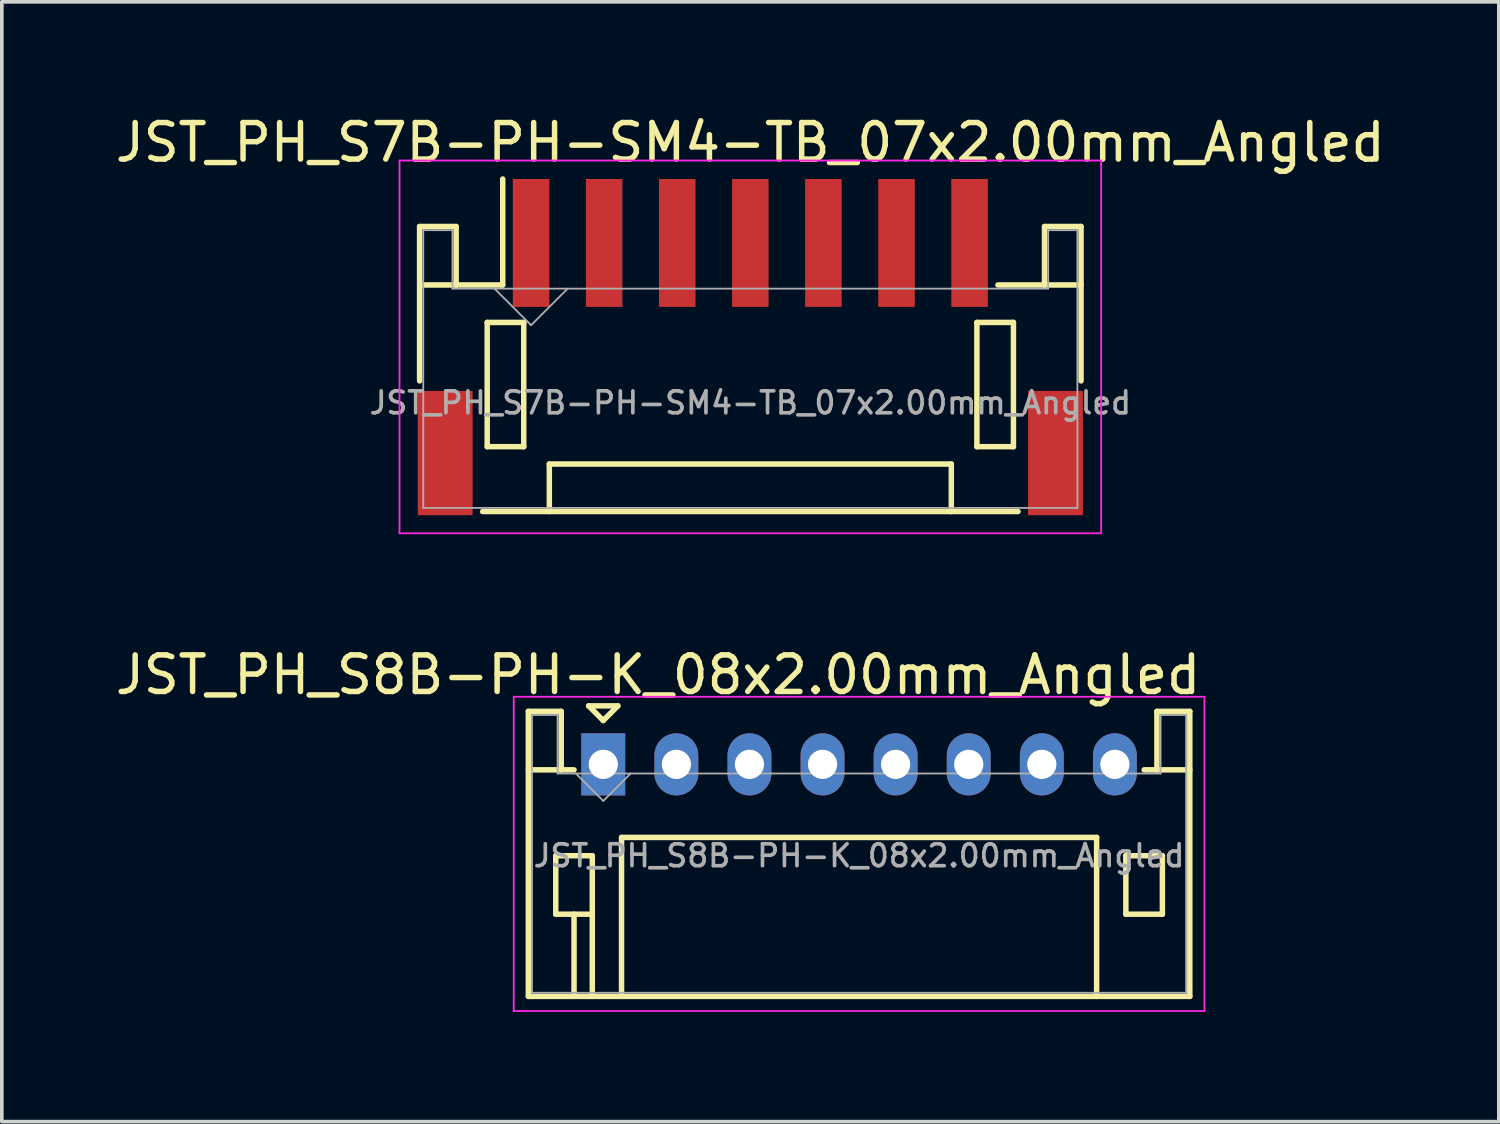
<source format=kicad_pcb>
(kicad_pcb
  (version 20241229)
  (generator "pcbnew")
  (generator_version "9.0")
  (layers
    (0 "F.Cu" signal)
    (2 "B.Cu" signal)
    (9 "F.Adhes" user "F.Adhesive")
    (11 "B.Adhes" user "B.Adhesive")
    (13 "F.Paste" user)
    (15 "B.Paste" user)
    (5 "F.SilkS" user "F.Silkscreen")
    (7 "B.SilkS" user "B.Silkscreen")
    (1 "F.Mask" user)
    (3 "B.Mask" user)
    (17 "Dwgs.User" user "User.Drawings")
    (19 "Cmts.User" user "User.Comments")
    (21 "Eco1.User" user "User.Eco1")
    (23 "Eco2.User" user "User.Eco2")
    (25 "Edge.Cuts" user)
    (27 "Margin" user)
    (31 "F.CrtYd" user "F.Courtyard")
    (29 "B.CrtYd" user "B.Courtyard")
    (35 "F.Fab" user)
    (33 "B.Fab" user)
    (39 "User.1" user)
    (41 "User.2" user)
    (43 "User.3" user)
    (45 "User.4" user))
  (footprint "JST_PH_S7B-PH-SM4-TB_07x2.00mm_Angled"
    (layer "F.Cu")
    (at 17.482 6.473)
    (property "Reference" "JST_PH_S7B-PH-SM4-TB_07x2.00mm_Angled" (at 0 1.5 0) (layer "F.Fab") (effects (font (size 0.6 0.6) (thickness 0.1))))
    (attr smd)
    (fp_line (start -9.05 -3.325) (end -9.05 0.9) (stroke (width 0.15) (type solid)) (layer "F.SilkS"))
    (fp_line (start -9.05 -1.725) (end -8.05 -1.725) (stroke (width 0.15) (type solid)) (layer "F.SilkS"))
    (fp_line (start -8.05 -3.325) (end -9.05 -3.325) (stroke (width 0.15) (type solid)) (layer "F.SilkS"))
    (fp_line (start -8.05 -1.725) (end -8.05 -3.325) (stroke (width 0.15) (type solid)) (layer "F.SilkS"))
    (fp_line (start -7.325 4.475) (end 7.325 4.475) (stroke (width 0.15) (type solid)) (layer "F.SilkS"))
    (fp_line (start -7.2 -0.7) (end -7.2 2.7) (stroke (width 0.15) (type solid)) (layer "F.SilkS"))
    (fp_line (start -7.2 2.7) (end -6.2 2.7) (stroke (width 0.15) (type solid)) (layer "F.SilkS"))
    (fp_line (start -6.775 -1.725) (end -8.05 -1.725) (stroke (width 0.15) (type solid)) (layer "F.SilkS"))
    (fp_line (start -6.775 -1.725) (end -6.775 -4.625) (stroke (width 0.15) (type solid)) (layer "F.SilkS"))
    (fp_line (start -6.2 -0.7) (end -7.2 -0.7) (stroke (width 0.15) (type solid)) (layer "F.SilkS"))
    (fp_line (start -6.2 2.7) (end -6.2 -0.7) (stroke (width 0.15) (type solid)) (layer "F.SilkS"))
    (fp_line (start -5.5 3.175) (end 5.5 3.175) (stroke (width 0.15) (type solid)) (layer "F.SilkS"))
    (fp_line (start -5.5 4.475) (end -5.5 3.175) (stroke (width 0.15) (type solid)) (layer "F.SilkS"))
    (fp_line (start 5.5 3.175) (end 5.5 4.475) (stroke (width 0.15) (type solid)) (layer "F.SilkS"))
    (fp_line (start 6.2 -0.7) (end 7.2 -0.7) (stroke (width 0.15) (type solid)) (layer "F.SilkS"))
    (fp_line (start 6.2 2.7) (end 6.2 -0.7) (stroke (width 0.15) (type solid)) (layer "F.SilkS"))
    (fp_line (start 7.2 -0.7) (end 7.2 2.7) (stroke (width 0.15) (type solid)) (layer "F.SilkS"))
    (fp_line (start 7.2 2.7) (end 6.2 2.7) (stroke (width 0.15) (type solid)) (layer "F.SilkS"))
    (fp_line (start 8.05 -3.325) (end 8.05 -1.725) (stroke (width 0.15) (type solid)) (layer "F.SilkS"))
    (fp_line (start 8.05 -1.725) (end 6.775 -1.725) (stroke (width 0.15) (type solid)) (layer "F.SilkS"))
    (fp_line (start 9.05 -3.325) (end 8.05 -3.325) (stroke (width 0.15) (type solid)) (layer "F.SilkS"))
    (fp_line (start 9.05 -1.725) (end 8.05 -1.725) (stroke (width 0.15) (type solid)) (layer "F.SilkS"))
    (fp_line (start 9.05 0.9) (end 9.05 -3.325) (stroke (width 0.15) (type solid)) (layer "F.SilkS"))
    (fp_line (start -9.6 -5.13) (end -9.6 5.07) (stroke (width 0.05) (type solid)) (layer "F.CrtYd"))
    (fp_line (start -9.6 5.07) (end 9.6 5.07) (stroke (width 0.05) (type solid)) (layer "F.CrtYd"))
    (fp_line (start 9.6 -5.13) (end -9.6 -5.13) (stroke (width 0.05) (type solid)) (layer "F.CrtYd"))
    (fp_line (start 9.6 5.07) (end 9.6 -5.13) (stroke (width 0.05) (type solid)) (layer "F.CrtYd"))
    (fp_line (start -8.95 -3.225) (end -8.95 4.375) (stroke (width 0.05) (type solid)) (layer "F.Fab"))
    (fp_line (start -8.95 4.375) (end 8.95 4.375) (stroke (width 0.05) (type solid)) (layer "F.Fab"))
    (fp_line (start -8.15 -3.225) (end -8.95 -3.225) (stroke (width 0.05) (type solid)) (layer "F.Fab"))
    (fp_line (start -8.15 -1.625) (end -8.15 -3.225) (stroke (width 0.05) (type solid)) (layer "F.Fab"))
    (fp_line (start -7 -1.625) (end -6 -0.625) (stroke (width 0.05) (type solid)) (layer "F.Fab"))
    (fp_line (start -6 -0.625) (end -5 -1.625) (stroke (width 0.05) (type solid)) (layer "F.Fab"))
    (fp_line (start 8.15 -3.225) (end 8.15 -1.625) (stroke (width 0.05) (type solid)) (layer "F.Fab"))
    (fp_line (start 8.15 -1.625) (end -8.15 -1.625) (stroke (width 0.05) (type solid)) (layer "F.Fab"))
    (fp_line (start 8.95 -3.225) (end 8.15 -3.225) (stroke (width 0.05) (type solid)) (layer "F.Fab"))
    (fp_line (start 8.95 4.375) (end 8.95 -3.225) (stroke (width 0.05) (type solid)) (layer "F.Fab"))
    (fp_text user "${REFERENCE}" (at 0 -5.625 0) (layer "F.SilkS") (effects (font (size 1 1) (thickness 0.15))))
    (pad "" smd rect (at -8.35 2.875) (size 1.5 3.4) (layers "F.Cu" "F.Mask" "F.Paste"))
    (pad "" smd rect (at 8.35 2.875) (size 1.5 3.4) (layers "F.Cu" "F.Mask" "F.Paste"))
    (pad "1" smd rect (at -6 -2.875) (size 1 3.5) (layers "F.Cu" "F.Mask" "F.Paste"))
    (pad "2" smd rect (at -4 -2.875) (size 1 3.5) (layers "F.Cu" "F.Mask" "F.Paste"))
    (pad "3" smd rect (at -2 -2.875) (size 1 3.5) (layers "F.Cu" "F.Mask" "F.Paste"))
    (pad "4" smd rect (at 0 -2.875) (size 1 3.5) (layers "F.Cu" "F.Mask" "F.Paste"))
    (pad "5" smd rect (at 2 -2.875) (size 1 3.5) (layers "F.Cu" "F.Mask" "F.Paste"))
    (pad "6" smd rect (at 4 -2.875) (size 1 3.5) (layers "F.Cu" "F.Mask" "F.Paste"))
    (pad "7" smd rect (at 6 -2.875) (size 1 3.5) (layers "F.Cu" "F.Mask" "F.Paste")))
  (footprint "JST_PH_S8B-PH-K_08x2.00mm_Angled"
    (layer "F.Cu")
    (at 13.458 17.866)
    (property "Reference" "JST_PH_S8B-PH-K_08x2.00mm_Angled" (at 7 2.5 0) (layer "F.Fab") (effects (font (size 0.6 0.6) (thickness 0.1))))
    (attr through_hole)
    (fp_line (start -2.05 -1.45) (end -2.05 6.35) (stroke (width 0.15) (type solid)) (layer "F.SilkS"))
    (fp_line (start -2.05 0.15) (end -1.15 0.15) (stroke (width 0.15) (type solid)) (layer "F.SilkS"))
    (fp_line (start -2.05 6.35) (end 16.05 6.35) (stroke (width 0.15) (type solid)) (layer "F.SilkS"))
    (fp_line (start -1.3 2.5) (end -1.3 4.1) (stroke (width 0.15) (type solid)) (layer "F.SilkS"))
    (fp_line (start -1.3 4.1) (end -0.3 4.1) (stroke (width 0.15) (type solid)) (layer "F.SilkS"))
    (fp_line (start -1.15 -1.45) (end -2.05 -1.45) (stroke (width 0.15) (type solid)) (layer "F.SilkS"))
    (fp_line (start -1.15 0.15) (end -1.15 -1.45) (stroke (width 0.15) (type solid)) (layer "F.SilkS"))
    (fp_line (start -0.8 0.15) (end -1.15 0.15) (stroke (width 0.15) (type solid)) (layer "F.SilkS"))
    (fp_line (start -0.8 4.1) (end -0.8 6.35) (stroke (width 0.15) (type solid)) (layer "F.SilkS"))
    (fp_line (start -0.4 -1.6) (end 0.4 -1.6) (stroke (width 0.15) (type solid)) (layer "F.SilkS"))
    (fp_line (start -0.3 2.5) (end -1.3 2.5) (stroke (width 0.15) (type solid)) (layer "F.SilkS"))
    (fp_line (start -0.3 4.1) (end -0.3 2.5) (stroke (width 0.15) (type solid)) (layer "F.SilkS"))
    (fp_line (start -0.3 4.1) (end -0.3 6.35) (stroke (width 0.15) (type solid)) (layer "F.SilkS"))
    (fp_line (start 0 -1.2) (end -0.4 -1.6) (stroke (width 0.15) (type solid)) (layer "F.SilkS"))
    (fp_line (start 0.4 -1.6) (end 0 -1.2) (stroke (width 0.15) (type solid)) (layer "F.SilkS"))
    (fp_line (start 0.5 2) (end 13.5 2) (stroke (width 0.15) (type solid)) (layer "F.SilkS"))
    (fp_line (start 0.5 6.35) (end 0.5 2) (stroke (width 0.15) (type solid)) (layer "F.SilkS"))
    (fp_line (start 13.5 2) (end 13.5 6.35) (stroke (width 0.15) (type solid)) (layer "F.SilkS"))
    (fp_line (start 14.3 2.5) (end 15.3 2.5) (stroke (width 0.15) (type solid)) (layer "F.SilkS"))
    (fp_line (start 14.3 4.1) (end 14.3 2.5) (stroke (width 0.15) (type solid)) (layer "F.SilkS"))
    (fp_line (start 15.15 -1.45) (end 15.15 0.15) (stroke (width 0.15) (type solid)) (layer "F.SilkS"))
    (fp_line (start 15.15 0.15) (end 14.8 0.15) (stroke (width 0.15) (type solid)) (layer "F.SilkS"))
    (fp_line (start 15.3 2.5) (end 15.3 4.1) (stroke (width 0.15) (type solid)) (layer "F.SilkS"))
    (fp_line (start 15.3 4.1) (end 14.3 4.1) (stroke (width 0.15) (type solid)) (layer "F.SilkS"))
    (fp_line (start 16.05 -1.45) (end 15.15 -1.45) (stroke (width 0.15) (type solid)) (layer "F.SilkS"))
    (fp_line (start 16.05 0.15) (end 15.15 0.15) (stroke (width 0.15) (type solid)) (layer "F.SilkS"))
    (fp_line (start 16.05 6.35) (end 16.05 -1.45) (stroke (width 0.15) (type solid)) (layer "F.SilkS"))
    (fp_line (start -2.45 -1.85) (end -2.45 6.75) (stroke (width 0.05) (type solid)) (layer "F.CrtYd"))
    (fp_line (start -2.45 6.75) (end 16.45 6.75) (stroke (width 0.05) (type solid)) (layer "F.CrtYd"))
    (fp_line (start 16.45 -1.85) (end -2.45 -1.85) (stroke (width 0.05) (type solid)) (layer "F.CrtYd"))
    (fp_line (start 16.45 6.75) (end 16.45 -1.85) (stroke (width 0.05) (type solid)) (layer "F.CrtYd"))
    (fp_line (start -1.95 -1.35) (end -1.95 6.25) (stroke (width 0.05) (type solid)) (layer "F.Fab"))
    (fp_line (start -1.95 6.25) (end 15.95 6.25) (stroke (width 0.05) (type solid)) (layer "F.Fab"))
    (fp_line (start -1.25 -1.35) (end -1.95 -1.35) (stroke (width 0.05) (type solid)) (layer "F.Fab"))
    (fp_line (start -1.25 0.25) (end -1.25 -1.35) (stroke (width 0.05) (type solid)) (layer "F.Fab"))
    (fp_line (start -0.75 0.25) (end 0 1) (stroke (width 0.05) (type solid)) (layer "F.Fab"))
    (fp_line (start 0 1) (end 0.75 0.25) (stroke (width 0.05) (type solid)) (layer "F.Fab"))
    (fp_line (start 15.25 -1.35) (end 15.25 0.25) (stroke (width 0.05) (type solid)) (layer "F.Fab"))
    (fp_line (start 15.25 0.25) (end -1.25 0.25) (stroke (width 0.05) (type solid)) (layer "F.Fab"))
    (fp_line (start 15.95 -1.35) (end 15.25 -1.35) (stroke (width 0.05) (type solid)) (layer "F.Fab"))
    (fp_line (start 15.95 6.25) (end 15.95 -1.35) (stroke (width 0.05) (type solid)) (layer "F.Fab"))
    (fp_text user "${REFERENCE}" (at 1.5 -2.45 0) (layer "F.SilkS") (effects (font (size 1 1) (thickness 0.15))))
    (pad "1" thru_hole rect (at 0 0) (size 1.2 1.7) (drill 0.8) (layers "*.Cu" "*.Mask"))
    (pad "2" thru_hole oval (at 2 0) (size 1.2 1.7) (drill 0.8) (layers "*.Cu" "*.Mask"))
    (pad "3" thru_hole oval (at 4 0) (size 1.2 1.7) (drill 0.8) (layers "*.Cu" "*.Mask"))
    (pad "4" thru_hole oval (at 6 0) (size 1.2 1.7) (drill 0.8) (layers "*.Cu" "*.Mask"))
    (pad "5" thru_hole oval (at 8 0) (size 1.2 1.7) (drill 0.8) (layers "*.Cu" "*.Mask"))
    (pad "6" thru_hole oval (at 10 0) (size 1.2 1.7) (drill 0.8) (layers "*.Cu" "*.Mask"))
    (pad "7" thru_hole oval (at 12 0) (size 1.2 1.7) (drill 0.8) (layers "*.Cu" "*.Mask"))
    (pad "8" thru_hole oval (at 14 0) (size 1.2 1.7) (drill 0.8) (layers "*.Cu" "*.Mask")))
  (gr_rect
    (start -3 -3)
    (end 37.964 27.642)
    (stroke (width 0.1) (type default))
    (fill no)
    (layer "Edge.Cuts")))
</source>
